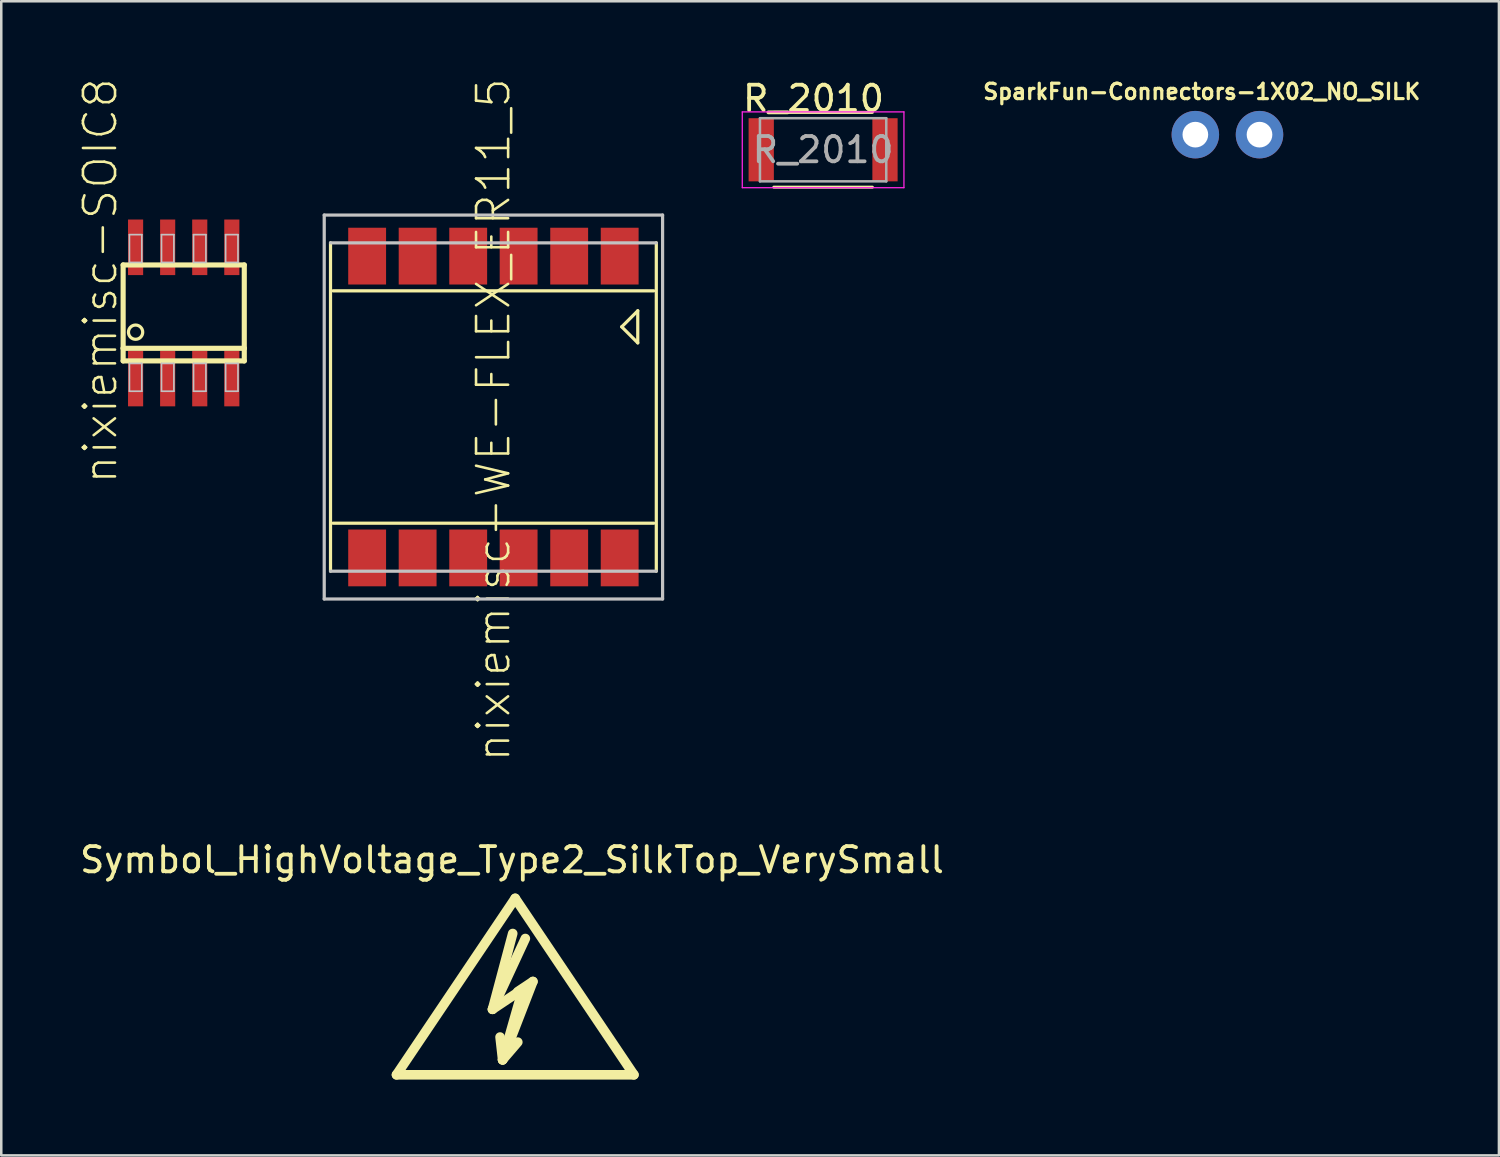
<source format=kicad_pcb>
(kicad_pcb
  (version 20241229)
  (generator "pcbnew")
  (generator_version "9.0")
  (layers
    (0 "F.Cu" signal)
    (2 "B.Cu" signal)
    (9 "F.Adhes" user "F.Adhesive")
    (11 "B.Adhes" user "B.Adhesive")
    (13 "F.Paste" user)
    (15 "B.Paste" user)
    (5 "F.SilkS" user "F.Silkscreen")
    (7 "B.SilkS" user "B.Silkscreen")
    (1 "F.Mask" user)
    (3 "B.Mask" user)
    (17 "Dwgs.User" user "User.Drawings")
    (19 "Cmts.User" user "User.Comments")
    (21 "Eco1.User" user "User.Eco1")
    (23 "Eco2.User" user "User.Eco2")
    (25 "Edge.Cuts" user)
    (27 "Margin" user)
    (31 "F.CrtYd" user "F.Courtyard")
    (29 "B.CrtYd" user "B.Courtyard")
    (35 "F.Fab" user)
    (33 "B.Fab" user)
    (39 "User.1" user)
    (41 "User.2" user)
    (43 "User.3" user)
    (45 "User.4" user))
  (footprint "R_2010"
    (layer "F.Cu")
    (at 29.537 2.88)
    (property "Reference" "R_2010" (at -0.381 -2.032 180) (layer "F.SilkS") (effects (font (size 1 1) (thickness 0.15))))
    (attr smd)
    (fp_line (start -1.95 -1.48) (end 1.95 -1.48) (stroke (width 0.12) (type solid)) (layer "F.SilkS"))
    (fp_line (start 1.95 1.48) (end -1.95 1.48) (stroke (width 0.12) (type solid)) (layer "F.SilkS"))
    (fp_line (start -3.2 -1.5) (end -3.2 1.5) (stroke (width 0.05) (type solid)) (layer "F.CrtYd"))
    (fp_line (start -3.2 -1.5) (end 3.2 -1.5) (stroke (width 0.05) (type solid)) (layer "F.CrtYd"))
    (fp_line (start 3.2 1.5) (end -3.2 1.5) (stroke (width 0.05) (type solid)) (layer "F.CrtYd"))
    (fp_line (start 3.2 1.5) (end 3.2 -1.5) (stroke (width 0.05) (type solid)) (layer "F.CrtYd"))
    (fp_line (start -2.5 -1.25) (end 2.5 -1.25) (stroke (width 0.1) (type solid)) (layer "F.Fab"))
    (fp_line (start -2.5 1.25) (end -2.5 -1.25) (stroke (width 0.1) (type solid)) (layer "F.Fab"))
    (fp_line (start 2.5 -1.25) (end 2.5 1.25) (stroke (width 0.1) (type solid)) (layer "F.Fab"))
    (fp_line (start 2.5 1.25) (end -2.5 1.25) (stroke (width 0.1) (type solid)) (layer "F.Fab"))
    (fp_text user "${REFERENCE}" (at 0 0 0) (layer "F.Fab") (effects (font (size 1 1) (thickness 0.15))))
    (pad "1" smd rect (at -2.45 0) (size 1 2.5) (layers "F.Cu" "F.Mask" "F.Paste"))
    (pad "2" smd rect (at 2.45 0) (size 1 2.5) (layers "F.Cu" "F.Mask" "F.Paste")))
  (footprint "nixiemisc-SOIC8"
    (layer "F.Cu")
    (at 4.223 9.339)
    (property "Reference" "nixiemisc-SOIC8" (at -3.302 -1.27 90) (layer "F.SilkS") (effects (font (size 1.27 1.27) (thickness 0.102))))
    (attr smd)
    (fp_line (start -2.398 -1.9) (end 2.398 -1.9) (stroke (width 0.203) (type solid)) (layer "F.SilkS"))
    (fp_line (start -2.398 1.4) (end -2.398 -1.9) (stroke (width 0.203) (type solid)) (layer "F.SilkS"))
    (fp_line (start -2.398 1.9) (end -2.398 1.4) (stroke (width 0.203) (type solid)) (layer "F.SilkS"))
    (fp_line (start 2.398 -1.9) (end 2.398 1.4) (stroke (width 0.203) (type solid)) (layer "F.SilkS"))
    (fp_line (start 2.398 1.4) (end -2.398 1.4) (stroke (width 0.203) (type solid)) (layer "F.SilkS"))
    (fp_line (start 2.398 1.4) (end 2.398 1.9) (stroke (width 0.203) (type solid)) (layer "F.SilkS"))
    (fp_line (start 2.398 1.9) (end -2.398 1.9) (stroke (width 0.203) (type solid)) (layer "F.SilkS"))
    (fp_circle (center -1.905 0.762) (end -1.905 0.48) (stroke (width 0.127) (type solid)) (fill no) (layer "F.SilkS"))
    (fp_line (start -2.149 -3.099) (end -1.659 -3.099) (stroke (width 0.066) (type solid)) (layer "Dwgs.User"))
    (fp_line (start -2.149 -1.999) (end -2.149 -3.099) (stroke (width 0.066) (type solid)) (layer "Dwgs.User"))
    (fp_line (start -2.149 -1.999) (end -1.659 -1.999) (stroke (width 0.066) (type solid)) (layer "Dwgs.User"))
    (fp_line (start -2.149 1.999) (end -1.659 1.999) (stroke (width 0.066) (type solid)) (layer "Dwgs.User"))
    (fp_line (start -2.149 3.099) (end -2.149 1.999) (stroke (width 0.066) (type solid)) (layer "Dwgs.User"))
    (fp_line (start -2.149 3.099) (end -1.659 3.099) (stroke (width 0.066) (type solid)) (layer "Dwgs.User"))
    (fp_line (start -1.659 -1.999) (end -1.659 -3.099) (stroke (width 0.066) (type solid)) (layer "Dwgs.User"))
    (fp_line (start -1.659 3.099) (end -1.659 1.999) (stroke (width 0.066) (type solid)) (layer "Dwgs.User"))
    (fp_line (start -0.879 -3.099) (end -0.389 -3.099) (stroke (width 0.066) (type solid)) (layer "Dwgs.User"))
    (fp_line (start -0.879 -1.999) (end -0.879 -3.099) (stroke (width 0.066) (type solid)) (layer "Dwgs.User"))
    (fp_line (start -0.879 -1.999) (end -0.389 -1.999) (stroke (width 0.066) (type solid)) (layer "Dwgs.User"))
    (fp_line (start -0.879 1.999) (end -0.389 1.999) (stroke (width 0.066) (type solid)) (layer "Dwgs.User"))
    (fp_line (start -0.879 3.099) (end -0.879 1.999) (stroke (width 0.066) (type solid)) (layer "Dwgs.User"))
    (fp_line (start -0.879 3.099) (end -0.389 3.099) (stroke (width 0.066) (type solid)) (layer "Dwgs.User"))
    (fp_line (start -0.389 -1.999) (end -0.389 -3.099) (stroke (width 0.066) (type solid)) (layer "Dwgs.User"))
    (fp_line (start -0.389 3.099) (end -0.389 1.999) (stroke (width 0.066) (type solid)) (layer "Dwgs.User"))
    (fp_line (start 0.389 -3.099) (end 0.879 -3.099) (stroke (width 0.066) (type solid)) (layer "Dwgs.User"))
    (fp_line (start 0.389 -1.999) (end 0.389 -3.099) (stroke (width 0.066) (type solid)) (layer "Dwgs.User"))
    (fp_line (start 0.389 -1.999) (end 0.879 -1.999) (stroke (width 0.066) (type solid)) (layer "Dwgs.User"))
    (fp_line (start 0.389 1.999) (end 0.879 1.999) (stroke (width 0.066) (type solid)) (layer "Dwgs.User"))
    (fp_line (start 0.389 3.099) (end 0.389 1.999) (stroke (width 0.066) (type solid)) (layer "Dwgs.User"))
    (fp_line (start 0.389 3.099) (end 0.879 3.099) (stroke (width 0.066) (type solid)) (layer "Dwgs.User"))
    (fp_line (start 0.879 -1.999) (end 0.879 -3.099) (stroke (width 0.066) (type solid)) (layer "Dwgs.User"))
    (fp_line (start 0.879 3.099) (end 0.879 1.999) (stroke (width 0.066) (type solid)) (layer "Dwgs.User"))
    (fp_line (start 1.659 -3.099) (end 2.149 -3.099) (stroke (width 0.066) (type solid)) (layer "Dwgs.User"))
    (fp_line (start 1.659 -1.999) (end 1.659 -3.099) (stroke (width 0.066) (type solid)) (layer "Dwgs.User"))
    (fp_line (start 1.659 -1.999) (end 2.149 -1.999) (stroke (width 0.066) (type solid)) (layer "Dwgs.User"))
    (fp_line (start 1.659 1.999) (end 2.149 1.999) (stroke (width 0.066) (type solid)) (layer "Dwgs.User"))
    (fp_line (start 1.659 3.099) (end 1.659 1.999) (stroke (width 0.066) (type solid)) (layer "Dwgs.User"))
    (fp_line (start 1.659 3.099) (end 2.149 3.099) (stroke (width 0.066) (type solid)) (layer "Dwgs.User"))
    (fp_line (start 2.149 -1.999) (end 2.149 -3.099) (stroke (width 0.066) (type solid)) (layer "Dwgs.User"))
    (fp_line (start 2.149 3.099) (end 2.149 1.999) (stroke (width 0.066) (type solid)) (layer "Dwgs.User"))
    (pad "1" smd rect (at -1.905 2.598) (size 0.599 2.2) (layers "F.Cu" "F.Mask" "F.Paste"))
    (pad "2" smd rect (at -0.635 2.598) (size 0.599 2.2) (layers "F.Cu" "F.Mask" "F.Paste"))
    (pad "3" smd rect (at 0.635 2.598) (size 0.599 2.2) (layers "F.Cu" "F.Mask" "F.Paste"))
    (pad "4" smd rect (at 1.905 2.598) (size 0.599 2.2) (layers "F.Cu" "F.Mask" "F.Paste"))
    (pad "5" smd rect (at 1.905 -2.598) (size 0.599 2.2) (layers "F.Cu" "F.Mask" "F.Paste"))
    (pad "6" smd rect (at 0.635 -2.598) (size 0.599 2.2) (layers "F.Cu" "F.Mask" "F.Paste"))
    (pad "7" smd rect (at -0.635 -2.598) (size 0.599 2.2) (layers "F.Cu" "F.Mask" "F.Paste"))
    (pad "8" smd rect (at -1.905 -2.598) (size 0.599 2.2) (layers "F.Cu" "F.Mask" "F.Paste")))
  (footprint "Symbol_HighVoltage_Type2_SilkTop_VerySmall"
    (layer "F.Cu")
    (at 17.347 36.707)
    (property "Reference" "Symbol_HighVoltage_Type2_SilkTop_VerySmall" (at -0.127 -5.715 0) (layer "F.SilkS") (effects (font (size 1 1) (thickness 0.15))))
    (attr through_hole)
    (fp_line (start -4.699 2.794) (end 0 -4.191) (stroke (width 0.381) (type solid)) (layer "F.SilkS"))
    (fp_line (start -0.899 0.201) (end 0.3 -0.599) (stroke (width 0.381) (type solid)) (layer "F.SilkS"))
    (fp_line (start -0.899 0.201) (end 0.401 -2.601) (stroke (width 0.381) (type solid)) (layer "F.SilkS"))
    (fp_line (start -0.498 2.2) (end -0.599 1.3) (stroke (width 0.381) (type solid)) (layer "F.SilkS"))
    (fp_line (start -0.498 2.2) (end 0.102 1.501) (stroke (width 0.381) (type solid)) (layer "F.SilkS"))
    (fp_line (start -0.498 2.2) (end 0.701 -0.899) (stroke (width 0.381) (type solid)) (layer "F.SilkS"))
    (fp_line (start -0.099 -2.799) (end -0.899 0.201) (stroke (width 0.381) (type solid)) (layer "F.SilkS"))
    (fp_line (start 0 -4.191) (end 4.699 2.794) (stroke (width 0.381) (type solid)) (layer "F.SilkS"))
    (fp_line (start 0.3 -0.599) (end -0.498 2.2) (stroke (width 0.381) (type solid)) (layer "F.SilkS"))
    (fp_line (start 0.701 -0.899) (end 0.102 -0.5) (stroke (width 0.381) (type solid)) (layer "F.SilkS"))
    (fp_line (start 4.699 2.794) (end -4.699 2.794) (stroke (width 0.381) (type solid)) (layer "F.SilkS")))
  (footprint "SparkFun-Connectors-1X02_NO_SILK"
    (layer "F.Cu")
    (at 44.274 2.281)
    (property "Reference" "SparkFun-Connectors-1X02_NO_SILK" (at 0.254 -1.702 0) (layer "F.SilkS") (effects (font (size 0.61 0.61) (thickness 0.127))))
    (attr exclude_from_pos_files exclude_from_bom)
    (fp_line (start -0.254 -0.254) (end 0.254 -0.254) (stroke (width 0.066) (type solid)) (layer "Dwgs.User"))
    (fp_line (start -0.254 0.254) (end -0.254 -0.254) (stroke (width 0.066) (type solid)) (layer "Dwgs.User"))
    (fp_line (start -0.254 0.254) (end 0.254 0.254) (stroke (width 0.066) (type solid)) (layer "Dwgs.User"))
    (fp_line (start 0.254 0.254) (end 0.254 -0.254) (stroke (width 0.066) (type solid)) (layer "Dwgs.User"))
    (fp_line (start 2.286 -0.254) (end 2.794 -0.254) (stroke (width 0.066) (type solid)) (layer "Dwgs.User"))
    (fp_line (start 2.286 0.254) (end 2.286 -0.254) (stroke (width 0.066) (type solid)) (layer "Dwgs.User"))
    (fp_line (start 2.286 0.254) (end 2.794 0.254) (stroke (width 0.066) (type solid)) (layer "Dwgs.User"))
    (fp_line (start 2.794 0.254) (end 2.794 -0.254) (stroke (width 0.066) (type solid)) (layer "Dwgs.User"))
    (pad "1" thru_hole circle (at 0 0) (size 1.88 1.88) (drill 1.016) (layers "*.Cu" "*.Paste" "*.Mask"))
    (pad "2" thru_hole circle (at 2.54 0) (size 1.88 1.88) (drill 1.016) (layers "*.Cu" "*.Paste" "*.Mask")))
  (footprint "nixiemisc-WE-FLEX_ER11_5"
    (layer "F.Cu")
    (at 16.484 13.064)
    (property "Reference" "nixiemisc-WE-FLEX_ER11_5" (at 0 0.508 90) (layer "F.SilkS") (effects (font (size 1.27 1.27) (thickness 0.102))))
    (attr smd)
    (fp_line (start -6.449 -6.5) (end -6.449 6.5) (stroke (width 0.127) (type solid)) (layer "F.SilkS"))
    (fp_line (start 5.08 -3.175) (end 5.715 -3.81) (stroke (width 0.127) (type solid)) (layer "F.SilkS"))
    (fp_line (start 5.715 -3.81) (end 5.715 -2.54) (stroke (width 0.127) (type solid)) (layer "F.SilkS"))
    (fp_line (start 5.715 -2.54) (end 5.08 -3.175) (stroke (width 0.127) (type solid)) (layer "F.SilkS"))
    (fp_line (start 6.35 -4.6) (end -6.35 -4.6) (stroke (width 0.127) (type solid)) (layer "F.SilkS"))
    (fp_line (start 6.35 4.6) (end -6.35 4.6) (stroke (width 0.127) (type solid)) (layer "F.SilkS"))
    (fp_line (start 6.449 6.5) (end 6.449 -6.5) (stroke (width 0.127) (type solid)) (layer "F.SilkS"))
    (fp_line (start -6.698 -7.6) (end -6.698 7.6) (stroke (width 0.127) (type solid)) (layer "Dwgs.User"))
    (fp_line (start -6.698 7.6) (end 6.698 7.6) (stroke (width 0.127) (type solid)) (layer "Dwgs.User"))
    (fp_line (start -6.449 6.5) (end 6.449 6.5) (stroke (width 0.127) (type solid)) (layer "Dwgs.User"))
    (fp_line (start 6.449 -6.5) (end -6.449 -6.5) (stroke (width 0.127) (type solid)) (layer "Dwgs.User"))
    (fp_line (start 6.698 -7.6) (end -6.698 -7.6) (stroke (width 0.127) (type solid)) (layer "Dwgs.User"))
    (fp_line (start 6.698 7.6) (end 6.698 -7.6) (stroke (width 0.127) (type solid)) (layer "Dwgs.User"))
    (pad "1" smd rect (at 4.999 -5.974 180) (size 1.499 2.248) (layers "F.Cu" "F.Mask" "F.Paste"))
    (pad "2" smd rect (at 3 -5.974 180) (size 1.499 2.248) (layers "F.Cu" "F.Mask" "F.Paste"))
    (pad "3" smd rect (at 0.998 -5.974 180) (size 1.499 2.248) (layers "F.Cu" "F.Mask" "F.Paste"))
    (pad "4" smd rect (at -0.998 -5.974 180) (size 1.499 2.248) (layers "F.Cu" "F.Mask" "F.Paste"))
    (pad "5" smd rect (at -3 -5.974 180) (size 1.499 2.248) (layers "F.Cu" "F.Mask" "F.Paste"))
    (pad "6" smd rect (at -4.999 -5.974 180) (size 1.499 2.248) (layers "F.Cu" "F.Mask" "F.Paste"))
    (pad "7" smd rect (at -4.999 5.974 180) (size 1.499 2.248) (layers "F.Cu" "F.Mask" "F.Paste"))
    (pad "8" smd rect (at -3 5.974 180) (size 1.499 2.248) (layers "F.Cu" "F.Mask" "F.Paste"))
    (pad "9" smd rect (at -0.998 5.974 180) (size 1.499 2.248) (layers "F.Cu" "F.Mask" "F.Paste"))
    (pad "10" smd rect (at 0.998 5.974 180) (size 1.499 2.248) (layers "F.Cu" "F.Mask" "F.Paste"))
    (pad "11" smd rect (at 3 5.974 180) (size 1.499 2.248) (layers "F.Cu" "F.Mask" "F.Paste"))
    (pad "12" smd rect (at 4.999 5.974 180) (size 1.499 2.248) (layers "F.Cu" "F.Mask" "F.Paste")))
  (gr_rect
    (start -3 -3)
    (end 56.293 42.692)
    (stroke (width 0.1) (type default))
    (fill no)
    (layer "Edge.Cuts")))
</source>
